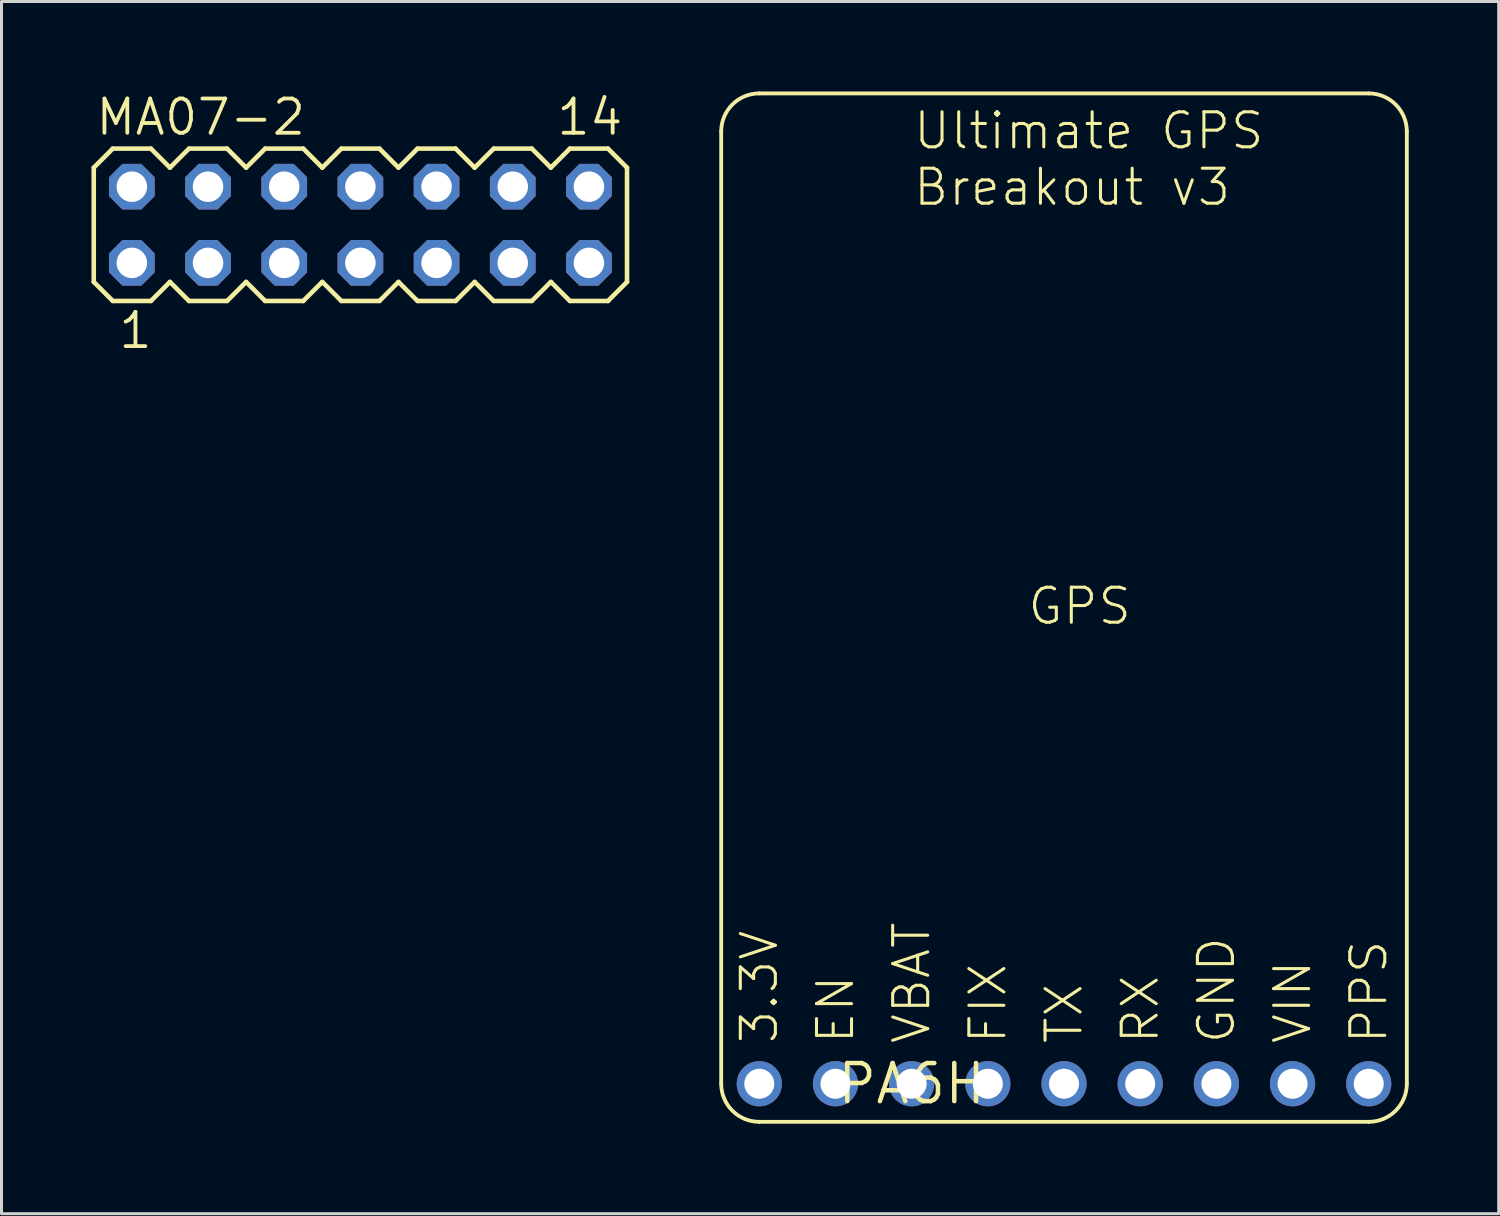
<source format=kicad_pcb>
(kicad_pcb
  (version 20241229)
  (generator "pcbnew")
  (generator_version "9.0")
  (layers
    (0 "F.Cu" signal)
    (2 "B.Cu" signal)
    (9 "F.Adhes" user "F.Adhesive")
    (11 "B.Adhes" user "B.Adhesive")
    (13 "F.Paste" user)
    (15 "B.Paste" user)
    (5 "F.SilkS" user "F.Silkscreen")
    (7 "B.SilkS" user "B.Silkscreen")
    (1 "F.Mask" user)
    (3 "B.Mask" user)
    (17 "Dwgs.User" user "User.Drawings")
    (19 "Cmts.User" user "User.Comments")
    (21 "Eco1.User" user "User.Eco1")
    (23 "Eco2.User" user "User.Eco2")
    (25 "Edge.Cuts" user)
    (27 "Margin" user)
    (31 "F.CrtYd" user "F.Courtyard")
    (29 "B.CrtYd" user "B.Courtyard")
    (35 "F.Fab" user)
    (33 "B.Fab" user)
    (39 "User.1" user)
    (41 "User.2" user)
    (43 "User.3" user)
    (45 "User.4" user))
  (footprint "MA07-2"
    (layer "F.Cu")
    (at 8.966 4.445)
    (property "Reference" "MA07-2" (at -8.89 -2.921 0) (layer "F.SilkS") (effects (font (size 1.143 1.143) (thickness 0.127)) (justify left bottom)))
    (fp_line (start -8.89 -1.905) (end -8.89 1.905) (stroke (width 0.152) (type solid)) (layer "F.SilkS"))
    (fp_line (start -8.89 1.905) (end -8.255 2.54) (stroke (width 0.152) (type solid)) (layer "F.SilkS"))
    (fp_line (start -8.255 -2.54) (end -8.89 -1.905) (stroke (width 0.152) (type solid)) (layer "F.SilkS"))
    (fp_line (start -8.255 -2.54) (end -6.985 -2.54) (stroke (width 0.152) (type solid)) (layer "F.SilkS"))
    (fp_line (start -6.985 -2.54) (end -6.35 -1.905) (stroke (width 0.152) (type solid)) (layer "F.SilkS"))
    (fp_line (start -6.985 2.54) (end -8.255 2.54) (stroke (width 0.152) (type solid)) (layer "F.SilkS"))
    (fp_line (start -6.35 -1.905) (end -5.715 -2.54) (stroke (width 0.152) (type solid)) (layer "F.SilkS"))
    (fp_line (start -6.35 1.905) (end -6.985 2.54) (stroke (width 0.152) (type solid)) (layer "F.SilkS"))
    (fp_line (start -5.715 -2.54) (end -4.445 -2.54) (stroke (width 0.152) (type solid)) (layer "F.SilkS"))
    (fp_line (start -5.715 2.54) (end -6.35 1.905) (stroke (width 0.152) (type solid)) (layer "F.SilkS"))
    (fp_line (start -4.445 -2.54) (end -3.81 -1.905) (stroke (width 0.152) (type solid)) (layer "F.SilkS"))
    (fp_line (start -4.445 2.54) (end -5.715 2.54) (stroke (width 0.152) (type solid)) (layer "F.SilkS"))
    (fp_line (start -3.81 -1.905) (end -3.175 -2.54) (stroke (width 0.152) (type solid)) (layer "F.SilkS"))
    (fp_line (start -3.81 1.905) (end -4.445 2.54) (stroke (width 0.152) (type solid)) (layer "F.SilkS"))
    (fp_line (start -3.175 -2.54) (end -1.905 -2.54) (stroke (width 0.152) (type solid)) (layer "F.SilkS"))
    (fp_line (start -3.175 2.54) (end -3.81 1.905) (stroke (width 0.152) (type solid)) (layer "F.SilkS"))
    (fp_line (start -1.905 -2.54) (end -1.27 -1.905) (stroke (width 0.152) (type solid)) (layer "F.SilkS"))
    (fp_line (start -1.905 2.54) (end -3.175 2.54) (stroke (width 0.152) (type solid)) (layer "F.SilkS"))
    (fp_line (start -1.27 1.905) (end -1.905 2.54) (stroke (width 0.152) (type solid)) (layer "F.SilkS"))
    (fp_line (start -1.27 1.905) (end -0.635 2.54) (stroke (width 0.152) (type solid)) (layer "F.SilkS"))
    (fp_line (start -0.635 -2.54) (end -1.27 -1.905) (stroke (width 0.152) (type solid)) (layer "F.SilkS"))
    (fp_line (start -0.635 -2.54) (end 0.635 -2.54) (stroke (width 0.152) (type solid)) (layer "F.SilkS"))
    (fp_line (start 0.635 -2.54) (end 1.27 -1.905) (stroke (width 0.152) (type solid)) (layer "F.SilkS"))
    (fp_line (start 0.635 2.54) (end -0.635 2.54) (stroke (width 0.152) (type solid)) (layer "F.SilkS"))
    (fp_line (start 1.27 -1.905) (end 1.905 -2.54) (stroke (width 0.152) (type solid)) (layer "F.SilkS"))
    (fp_line (start 1.27 1.905) (end 0.635 2.54) (stroke (width 0.152) (type solid)) (layer "F.SilkS"))
    (fp_line (start 1.905 -2.54) (end 3.175 -2.54) (stroke (width 0.152) (type solid)) (layer "F.SilkS"))
    (fp_line (start 1.905 2.54) (end 1.27 1.905) (stroke (width 0.152) (type solid)) (layer "F.SilkS"))
    (fp_line (start 3.175 -2.54) (end 3.81 -1.905) (stroke (width 0.152) (type solid)) (layer "F.SilkS"))
    (fp_line (start 3.175 2.54) (end 1.905 2.54) (stroke (width 0.152) (type solid)) (layer "F.SilkS"))
    (fp_line (start 3.81 -1.905) (end 4.445 -2.54) (stroke (width 0.152) (type solid)) (layer "F.SilkS"))
    (fp_line (start 3.81 1.905) (end 3.175 2.54) (stroke (width 0.152) (type solid)) (layer "F.SilkS"))
    (fp_line (start 4.445 -2.54) (end 5.715 -2.54) (stroke (width 0.152) (type solid)) (layer "F.SilkS"))
    (fp_line (start 4.445 2.54) (end 3.81 1.905) (stroke (width 0.152) (type solid)) (layer "F.SilkS"))
    (fp_line (start 5.715 -2.54) (end 6.35 -1.905) (stroke (width 0.152) (type solid)) (layer "F.SilkS"))
    (fp_line (start 5.715 2.54) (end 4.445 2.54) (stroke (width 0.152) (type solid)) (layer "F.SilkS"))
    (fp_line (start 6.35 -1.905) (end 6.985 -2.54) (stroke (width 0.152) (type solid)) (layer "F.SilkS"))
    (fp_line (start 6.35 1.905) (end 5.715 2.54) (stroke (width 0.152) (type solid)) (layer "F.SilkS"))
    (fp_line (start 6.985 -2.54) (end 8.255 -2.54) (stroke (width 0.152) (type solid)) (layer "F.SilkS"))
    (fp_line (start 6.985 2.54) (end 6.35 1.905) (stroke (width 0.152) (type solid)) (layer "F.SilkS"))
    (fp_line (start 8.255 -2.54) (end 8.89 -1.905) (stroke (width 0.152) (type solid)) (layer "F.SilkS"))
    (fp_line (start 8.255 2.54) (end 6.985 2.54) (stroke (width 0.152) (type solid)) (layer "F.SilkS"))
    (fp_line (start 8.89 -1.905) (end 8.89 1.905) (stroke (width 0.152) (type solid)) (layer "F.SilkS"))
    (fp_line (start 8.89 1.905) (end 8.255 2.54) (stroke (width 0.152) (type solid)) (layer "F.SilkS"))
    (fp_poly (pts (xy -7.874 -1.016) (xy -7.366 -1.016) (xy -7.366 -1.524) (xy -7.874 -1.524)) (stroke (width 0.1) (type default)) (fill no) (layer "F.Fab"))
    (fp_poly (pts (xy -7.874 1.524) (xy -7.366 1.524) (xy -7.366 1.016) (xy -7.874 1.016)) (stroke (width 0.1) (type default)) (fill no) (layer "F.Fab"))
    (fp_poly (pts (xy -5.334 -1.016) (xy -4.826 -1.016) (xy -4.826 -1.524) (xy -5.334 -1.524)) (stroke (width 0.1) (type default)) (fill no) (layer "F.Fab"))
    (fp_poly (pts (xy -5.334 1.524) (xy -4.826 1.524) (xy -4.826 1.016) (xy -5.334 1.016)) (stroke (width 0.1) (type default)) (fill no) (layer "F.Fab"))
    (fp_poly (pts (xy -2.794 -1.016) (xy -2.286 -1.016) (xy -2.286 -1.524) (xy -2.794 -1.524)) (stroke (width 0.1) (type default)) (fill no) (layer "F.Fab"))
    (fp_poly (pts (xy -2.794 1.524) (xy -2.286 1.524) (xy -2.286 1.016) (xy -2.794 1.016)) (stroke (width 0.1) (type default)) (fill no) (layer "F.Fab"))
    (fp_poly (pts (xy -0.254 -1.016) (xy 0.254 -1.016) (xy 0.254 -1.524) (xy -0.254 -1.524)) (stroke (width 0.1) (type default)) (fill no) (layer "F.Fab"))
    (fp_poly (pts (xy -0.254 1.524) (xy 0.254 1.524) (xy 0.254 1.016) (xy -0.254 1.016)) (stroke (width 0.1) (type default)) (fill no) (layer "F.Fab"))
    (fp_poly (pts (xy 2.286 -1.016) (xy 2.794 -1.016) (xy 2.794 -1.524) (xy 2.286 -1.524)) (stroke (width 0.1) (type default)) (fill no) (layer "F.Fab"))
    (fp_poly (pts (xy 2.286 1.524) (xy 2.794 1.524) (xy 2.794 1.016) (xy 2.286 1.016)) (stroke (width 0.1) (type default)) (fill no) (layer "F.Fab"))
    (fp_poly (pts (xy 4.826 -1.016) (xy 5.334 -1.016) (xy 5.334 -1.524) (xy 4.826 -1.524)) (stroke (width 0.1) (type default)) (fill no) (layer "F.Fab"))
    (fp_poly (pts (xy 4.826 1.524) (xy 5.334 1.524) (xy 5.334 1.016) (xy 4.826 1.016)) (stroke (width 0.1) (type default)) (fill no) (layer "F.Fab"))
    (fp_poly (pts (xy 7.366 -1.016) (xy 7.874 -1.016) (xy 7.874 -1.524) (xy 7.366 -1.524)) (stroke (width 0.1) (type default)) (fill no) (layer "F.Fab"))
    (fp_poly (pts (xy 7.366 1.524) (xy 7.874 1.524) (xy 7.874 1.016) (xy 7.366 1.016)) (stroke (width 0.1) (type default)) (fill no) (layer "F.Fab"))
    (fp_text user "14" (at 6.477 -2.921 0) (layer "F.SilkS") (effects (font (size 1.143 1.143) (thickness 0.127)) (justify left bottom)))
    (fp_text user "1" (at -8.128 4.191 0) (layer "F.SilkS") (effects (font (size 1.143 1.143) (thickness 0.127)) (justify left bottom)))
    (pad "1" thru_hole roundrect (at -7.62 1.27) (size 1.524 1.524) (drill 1.016) (layers "*.Cu" "*.Mask") (roundrect_rratio 0.25) (chamfer_ratio 0.293) (chamfer top_left top_right bottom_left bottom_right))
    (pad "2" thru_hole roundrect (at -7.62 -1.27) (size 1.524 1.524) (drill 1.016) (layers "*.Cu" "*.Mask") (roundrect_rratio 0.25) (chamfer_ratio 0.293) (chamfer top_left top_right bottom_left bottom_right))
    (pad "3" thru_hole roundrect (at -5.08 1.27) (size 1.524 1.524) (drill 1.016) (layers "*.Cu" "*.Mask") (roundrect_rratio 0.25) (chamfer_ratio 0.293) (chamfer top_left top_right bottom_left bottom_right))
    (pad "4" thru_hole roundrect (at -5.08 -1.27) (size 1.524 1.524) (drill 1.016) (layers "*.Cu" "*.Mask") (roundrect_rratio 0.25) (chamfer_ratio 0.293) (chamfer top_left top_right bottom_left bottom_right))
    (pad "5" thru_hole roundrect (at -2.54 1.27) (size 1.524 1.524) (drill 1.016) (layers "*.Cu" "*.Mask") (roundrect_rratio 0.25) (chamfer_ratio 0.293) (chamfer top_left top_right bottom_left bottom_right))
    (pad "6" thru_hole roundrect (at -2.54 -1.27) (size 1.524 1.524) (drill 1.016) (layers "*.Cu" "*.Mask") (roundrect_rratio 0.25) (chamfer_ratio 0.293) (chamfer top_left top_right bottom_left bottom_right))
    (pad "7" thru_hole roundrect (at 0 1.27) (size 1.524 1.524) (drill 1.016) (layers "*.Cu" "*.Mask") (roundrect_rratio 0.25) (chamfer_ratio 0.293) (chamfer top_left top_right bottom_left bottom_right))
    (pad "8" thru_hole roundrect (at 0 -1.27) (size 1.524 1.524) (drill 1.016) (layers "*.Cu" "*.Mask") (roundrect_rratio 0.25) (chamfer_ratio 0.293) (chamfer top_left top_right bottom_left bottom_right))
    (pad "9" thru_hole roundrect (at 2.54 1.27) (size 1.524 1.524) (drill 1.016) (layers "*.Cu" "*.Mask") (roundrect_rratio 0.25) (chamfer_ratio 0.293) (chamfer top_left top_right bottom_left bottom_right))
    (pad "10" thru_hole roundrect (at 2.54 -1.27) (size 1.524 1.524) (drill 1.016) (layers "*.Cu" "*.Mask") (roundrect_rratio 0.25) (chamfer_ratio 0.293) (chamfer top_left top_right bottom_left bottom_right))
    (pad "11" thru_hole roundrect (at 5.08 1.27) (size 1.524 1.524) (drill 1.016) (layers "*.Cu" "*.Mask") (roundrect_rratio 0.25) (chamfer_ratio 0.293) (chamfer top_left top_right bottom_left bottom_right))
    (pad "12" thru_hole roundrect (at 5.08 -1.27) (size 1.524 1.524) (drill 1.016) (layers "*.Cu" "*.Mask") (roundrect_rratio 0.25) (chamfer_ratio 0.293) (chamfer top_left top_right bottom_left bottom_right))
    (pad "13" thru_hole roundrect (at 7.62 1.27) (size 1.524 1.524) (drill 1.016) (layers "*.Cu" "*.Mask") (roundrect_rratio 0.25) (chamfer_ratio 0.293) (chamfer top_left top_right bottom_left bottom_right))
    (pad "14" thru_hole roundrect (at 7.62 -1.27) (size 1.524 1.524) (drill 1.016) (layers "*.Cu" "*.Mask") (roundrect_rratio 0.25) (chamfer_ratio 0.293) (chamfer top_left top_right bottom_left bottom_right)))
  (footprint "PA6H"
    (layer "F.Cu")
    (at 27.346 33.084)
    (property "Reference" "PA6H" (at 0 0 0) (layer "F.SilkS") (effects (font (size 1.27 1.27) (thickness 0.15))))
    (fp_line (start -6.35 0) (end -6.35 -31.75) (stroke (width 0.127) (type solid)) (layer "F.SilkS"))
    (fp_line (start -5.08 -33.02) (end 15.24 -33.02) (stroke (width 0.127) (type solid)) (layer "F.SilkS"))
    (fp_line (start -5.08 1.27) (end 15.24 1.27) (stroke (width 0.127) (type solid)) (layer "F.SilkS"))
    (fp_line (start 16.51 0) (end 16.51 -31.75) (stroke (width 0.127) (type solid)) (layer "F.SilkS"))
    (fp_arc (start -6.35 -31.75) (mid -5.978026 -32.648026) (end -5.08 -33.02) (stroke (width 0.127) (type solid)) (layer "F.SilkS"))
    (fp_arc (start -5.08 1.27) (mid -5.978026 0.898026) (end -6.35 0) (stroke (width 0.127) (type solid)) (layer "F.SilkS"))
    (fp_arc (start 15.24 -33.02) (mid 16.138026 -32.648026) (end 16.51 -31.75) (stroke (width 0.127) (type solid)) (layer "F.SilkS"))
    (fp_arc (start 16.51 0) (mid 16.138026 0.898026) (end 15.24 1.27) (stroke (width 0.127) (type solid)) (layer "F.SilkS"))
    (fp_text user "Ultimate GPS\nBreakout v3" (at 0 -29.21 0) (layer "F.SilkS") (effects (font (size 1.168 1.168) (thickness 0.102)) (justify left bottom)))
    (fp_text user "EN" (at -2.54 -1.27 90) (layer "F.SilkS") (effects (font (size 1.168 1.168) (thickness 0.102)) (justify left)))
    (fp_text user "3.3V" (at -5.08 -1.27 90) (layer "F.SilkS") (effects (font (size 1.168 1.168) (thickness 0.102)) (justify left)))
    (fp_text user "GPS" (at 3.81 -15.24 0) (layer "F.SilkS") (effects (font (size 1.168 1.168) (thickness 0.102)) (justify left bottom)))
    (fp_text user "PPS" (at 15.24 -1.27 90) (layer "F.SilkS") (effects (font (size 1.168 1.168) (thickness 0.102)) (justify left)))
    (fp_text user "FIX" (at 2.54 -1.27 90) (layer "F.SilkS") (effects (font (size 1.168 1.168) (thickness 0.102)) (justify left)))
    (fp_text user "RX" (at 7.62 -1.27 90) (layer "F.SilkS") (effects (font (size 1.168 1.168) (thickness 0.102)) (justify left)))
    (fp_text user "TX" (at 5.08 -1.27 90) (layer "F.SilkS") (effects (font (size 1.168 1.168) (thickness 0.102)) (justify left)))
    (fp_text user "VBAT" (at 0 -1.27 90) (layer "F.SilkS") (effects (font (size 1.168 1.168) (thickness 0.102)) (justify left)))
    (fp_text user "VIN" (at 12.7 -1.27 90) (layer "F.SilkS") (effects (font (size 1.168 1.168) (thickness 0.102)) (justify left)))
    (fp_text user "GND" (at 10.16 -1.27 90) (layer "F.SilkS") (effects (font (size 1.168 1.168) (thickness 0.102)) (justify left)))
    (pad "P$1" thru_hole circle (at -5.08 0) (size 1.508 1.508) (drill 1) (layers "*.Cu" "*.Mask"))
    (pad "P$2" thru_hole circle (at -2.54 0) (size 1.508 1.508) (drill 1) (layers "*.Cu" "*.Mask"))
    (pad "P$3" thru_hole circle (at 0 0) (size 1.508 1.508) (drill 1) (layers "*.Cu" "*.Mask"))
    (pad "P$4" thru_hole circle (at 2.54 0) (size 1.508 1.508) (drill 1) (layers "*.Cu" "*.Mask"))
    (pad "P$5" thru_hole circle (at 5.08 0) (size 1.508 1.508) (drill 1) (layers "*.Cu" "*.Mask"))
    (pad "P$6" thru_hole circle (at 7.62 0) (size 1.508 1.508) (drill 1) (layers "*.Cu" "*.Mask"))
    (pad "P$7" thru_hole circle (at 10.16 0) (size 1.508 1.508) (drill 1) (layers "*.Cu" "*.Mask"))
    (pad "P$8" thru_hole circle (at 12.7 0) (size 1.508 1.508) (drill 1) (layers "*.Cu" "*.Mask"))
    (pad "P$9" thru_hole circle (at 15.24 0) (size 1.508 1.508) (drill 1) (layers "*.Cu" "*.Mask")))
  (gr_rect
    (start -3 -3)
    (end 46.919 37.417)
    (stroke (width 0.1) (type default))
    (fill no)
    (layer "Edge.Cuts")))
</source>
